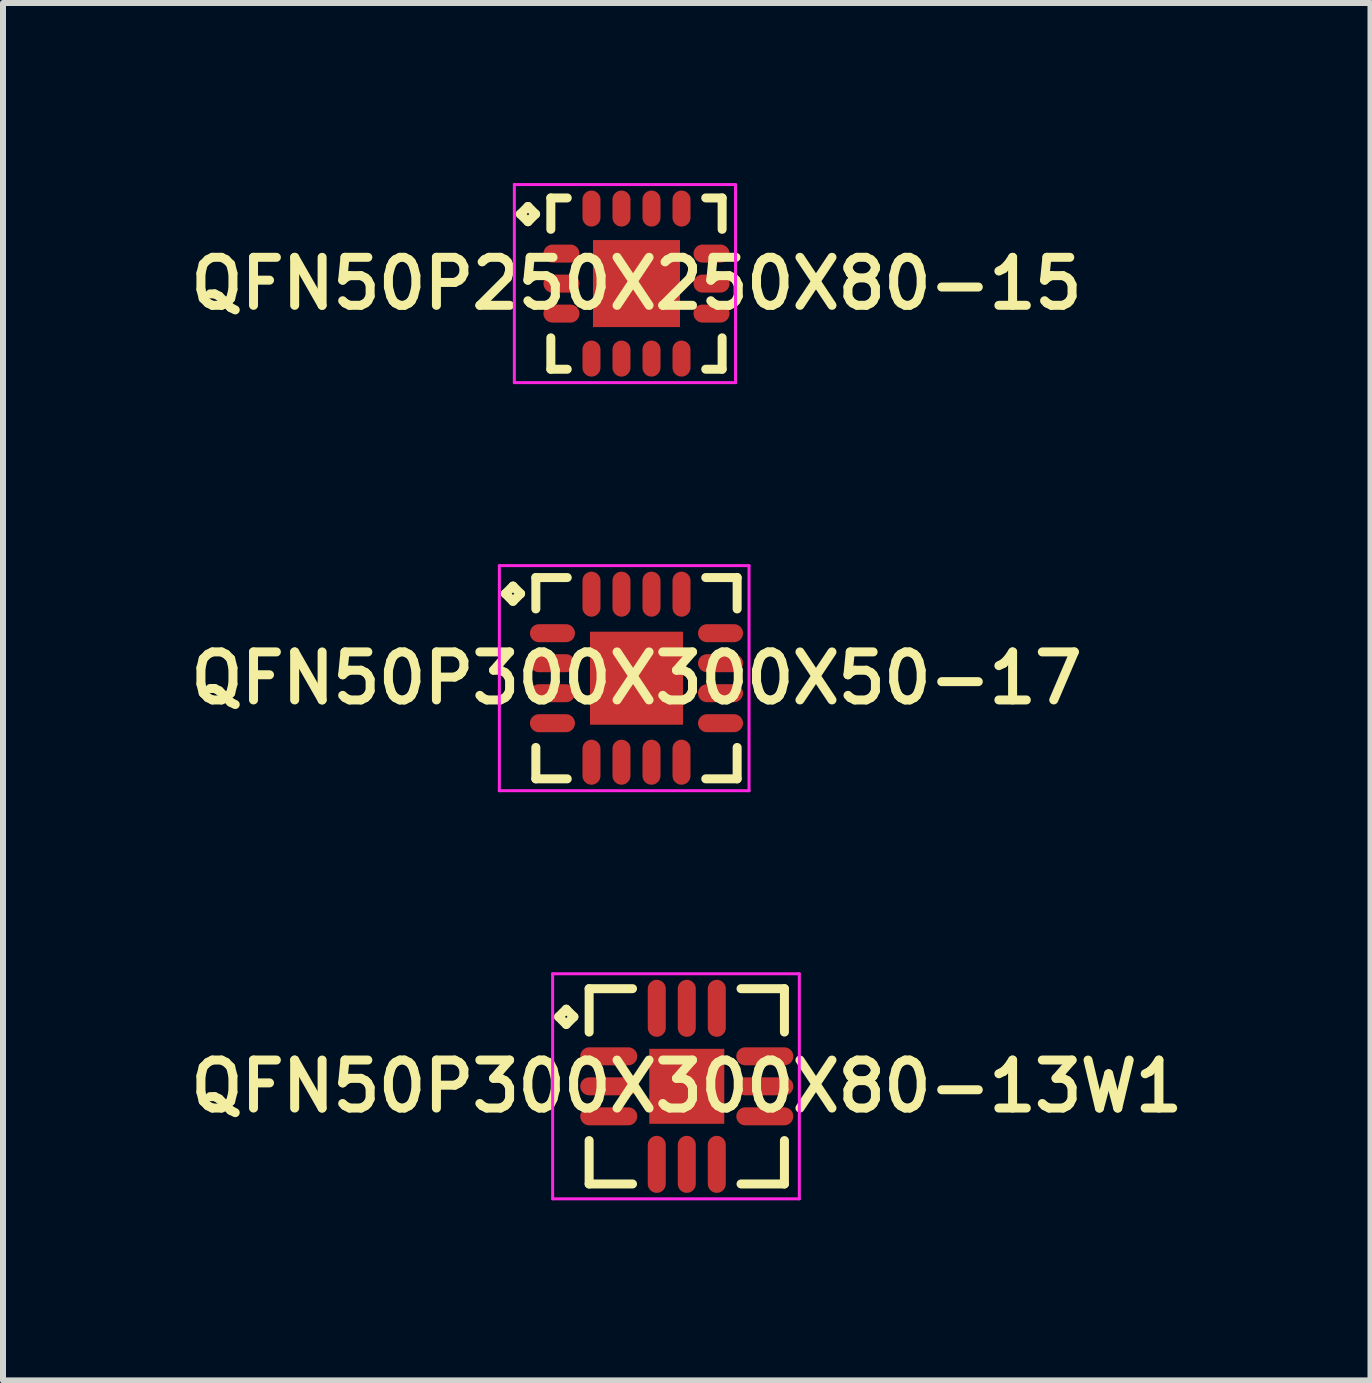
<source format=kicad_pcb>
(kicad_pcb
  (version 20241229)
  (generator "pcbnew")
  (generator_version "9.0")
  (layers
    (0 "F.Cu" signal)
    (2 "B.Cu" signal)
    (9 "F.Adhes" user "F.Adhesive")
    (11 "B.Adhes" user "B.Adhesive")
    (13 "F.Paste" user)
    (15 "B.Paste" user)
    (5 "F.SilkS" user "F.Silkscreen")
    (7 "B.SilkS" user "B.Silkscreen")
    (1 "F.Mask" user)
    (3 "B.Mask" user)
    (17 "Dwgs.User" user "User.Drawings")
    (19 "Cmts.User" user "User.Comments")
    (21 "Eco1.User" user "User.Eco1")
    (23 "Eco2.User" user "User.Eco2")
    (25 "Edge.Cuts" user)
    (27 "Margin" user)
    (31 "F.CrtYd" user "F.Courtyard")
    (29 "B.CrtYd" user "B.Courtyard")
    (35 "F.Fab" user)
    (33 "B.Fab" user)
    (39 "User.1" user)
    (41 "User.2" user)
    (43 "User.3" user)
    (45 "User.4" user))
  (footprint "QFN50P250X250X80-15"
    (layer "F.Cu")
    (at 7.555 1.675)
    (property "Reference" "QFN50P250X250X80-15" (at 0 0 0) (layer "F.SilkS") (effects (font (size 0.8 0.8) (thickness 0.15))))
    (attr smd)
    (fp_line (start -1.935 -1.158) (end -1.808 -1.285) (stroke (width 0.15) (type solid)) (layer "F.SilkS"))
    (fp_line (start -1.808 -1.285) (end -1.681 -1.158) (stroke (width 0.15) (type solid)) (layer "F.SilkS"))
    (fp_line (start -1.808 -1.031) (end -1.935 -1.158) (stroke (width 0.15) (type solid)) (layer "F.SilkS"))
    (fp_line (start -1.681 -1.158) (end -1.808 -1.031) (stroke (width 0.15) (type solid)) (layer "F.SilkS"))
    (fp_line (start -1.427 -1.427) (end -1.154 -1.427) (stroke (width 0.15) (type solid)) (layer "F.SilkS"))
    (fp_line (start -1.427 -0.904) (end -1.427 -1.427) (stroke (width 0.15) (type solid)) (layer "F.SilkS"))
    (fp_line (start -1.427 0.904) (end -1.427 1.427) (stroke (width 0.15) (type solid)) (layer "F.SilkS"))
    (fp_line (start -1.427 1.427) (end -1.154 1.427) (stroke (width 0.15) (type solid)) (layer "F.SilkS"))
    (fp_line (start 1.154 -1.427) (end 1.427 -1.427) (stroke (width 0.15) (type solid)) (layer "F.SilkS"))
    (fp_line (start 1.154 1.427) (end 1.427 1.427) (stroke (width 0.15) (type solid)) (layer "F.SilkS"))
    (fp_line (start 1.427 -1.427) (end 1.427 -0.904) (stroke (width 0.15) (type solid)) (layer "F.SilkS"))
    (fp_line (start 1.427 1.427) (end 1.427 0.904) (stroke (width 0.15) (type solid)) (layer "F.SilkS"))
    (fp_line (start -2.035 -1.65) (end 1.65 -1.65) (stroke (width 0.05) (type solid)) (layer "F.CrtYd"))
    (fp_line (start -2.035 1.65) (end -2.035 -1.65) (stroke (width 0.05) (type solid)) (layer "F.CrtYd"))
    (fp_line (start 1.65 -1.65) (end 1.65 1.65) (stroke (width 0.05) (type solid)) (layer "F.CrtYd"))
    (fp_line (start 1.65 1.65) (end -2.035 1.65) (stroke (width 0.05) (type solid)) (layer "F.CrtYd"))
    (pad "1" smd oval (at -1.25 -0.5) (size 0.6 0.3) (layers "F.Cu" "F.Mask" "F.Paste"))
    (pad "2" smd oval (at -1.25 0) (size 0.6 0.3) (layers "F.Cu" "F.Mask" "F.Paste"))
    (pad "3" smd oval (at -1.25 0.5) (size 0.6 0.3) (layers "F.Cu" "F.Mask" "F.Paste"))
    (pad "4" smd oval (at -0.75 1.25) (size 0.3 0.6) (layers "F.Cu" "F.Mask" "F.Paste"))
    (pad "5" smd oval (at -0.25 1.25) (size 0.3 0.6) (layers "F.Cu" "F.Mask" "F.Paste"))
    (pad "6" smd oval (at 0.25 1.25) (size 0.3 0.6) (layers "F.Cu" "F.Mask" "F.Paste"))
    (pad "7" smd oval (at 0.75 1.25) (size 0.3 0.6) (layers "F.Cu" "F.Mask" "F.Paste"))
    (pad "8" smd oval (at 1.25 0.5) (size 0.6 0.3) (layers "F.Cu" "F.Mask" "F.Paste"))
    (pad "9" smd oval (at 1.25 0) (size 0.6 0.3) (layers "F.Cu" "F.Mask" "F.Paste"))
    (pad "10" smd oval (at 1.25 -0.5) (size 0.6 0.3) (layers "F.Cu" "F.Mask" "F.Paste"))
    (pad "11" smd oval (at 0.75 -1.25) (size 0.3 0.6) (layers "F.Cu" "F.Mask" "F.Paste"))
    (pad "12" smd oval (at 0.25 -1.25) (size 0.3 0.6) (layers "F.Cu" "F.Mask" "F.Paste"))
    (pad "13" smd oval (at -0.25 -1.25) (size 0.3 0.6) (layers "F.Cu" "F.Mask" "F.Paste"))
    (pad "14" smd oval (at -0.75 -1.25) (size 0.3 0.6) (layers "F.Cu" "F.Mask" "F.Paste"))
    (pad "15" smd rect (at 0 0) (size 1.45 1.45) (layers "F.Cu" "F.Mask" "F.Paste")))
  (footprint "QFN50P300X300X80-13W1"
    (layer "F.Cu")
    (at 8.393 15.05)
    (property "Reference" "QFN50P300X300X80-13W1" (at 0 0 0) (layer "F.SilkS") (effects (font (size 0.8 0.8) (thickness 0.15))))
    (attr smd)
    (fp_line (start -2.135 -1.158) (end -2.008 -1.285) (stroke (width 0.15) (type solid)) (layer "F.SilkS"))
    (fp_line (start -2.008 -1.285) (end -1.881 -1.158) (stroke (width 0.15) (type solid)) (layer "F.SilkS"))
    (fp_line (start -2.008 -1.031) (end -2.135 -1.158) (stroke (width 0.15) (type solid)) (layer "F.SilkS"))
    (fp_line (start -1.881 -1.158) (end -2.008 -1.031) (stroke (width 0.15) (type solid)) (layer "F.SilkS"))
    (fp_line (start -1.627 -1.627) (end -0.904 -1.627) (stroke (width 0.15) (type solid)) (layer "F.SilkS"))
    (fp_line (start -1.627 -0.904) (end -1.627 -1.627) (stroke (width 0.15) (type solid)) (layer "F.SilkS"))
    (fp_line (start -1.627 0.904) (end -1.627 1.627) (stroke (width 0.15) (type solid)) (layer "F.SilkS"))
    (fp_line (start -1.627 1.627) (end -0.904 1.627) (stroke (width 0.15) (type solid)) (layer "F.SilkS"))
    (fp_line (start 0.904 -1.627) (end 1.627 -1.627) (stroke (width 0.15) (type solid)) (layer "F.SilkS"))
    (fp_line (start 0.904 1.627) (end 1.627 1.627) (stroke (width 0.15) (type solid)) (layer "F.SilkS"))
    (fp_line (start 1.627 -1.627) (end 1.627 -0.904) (stroke (width 0.15) (type solid)) (layer "F.SilkS"))
    (fp_line (start 1.627 1.627) (end 1.627 0.904) (stroke (width 0.15) (type solid)) (layer "F.SilkS"))
    (fp_line (start -2.235 -1.875) (end 1.875 -1.875) (stroke (width 0.05) (type solid)) (layer "F.CrtYd"))
    (fp_line (start -2.235 1.875) (end -2.235 -1.875) (stroke (width 0.05) (type solid)) (layer "F.CrtYd"))
    (fp_line (start 1.875 -1.875) (end 1.875 1.875) (stroke (width 0.05) (type solid)) (layer "F.CrtYd"))
    (fp_line (start 1.875 1.875) (end -2.235 1.875) (stroke (width 0.05) (type solid)) (layer "F.CrtYd"))
    (pad "1" smd oval (at -1.3 -0.5) (size 0.95 0.3) (layers "F.Cu" "F.Mask" "F.Paste"))
    (pad "2" smd oval (at -1.3 0) (size 0.95 0.3) (layers "F.Cu" "F.Mask" "F.Paste"))
    (pad "3" smd oval (at -1.3 0.5) (size 0.95 0.3) (layers "F.Cu" "F.Mask" "F.Paste"))
    (pad "4" smd oval (at -0.5 1.3) (size 0.3 0.95) (layers "F.Cu" "F.Mask" "F.Paste"))
    (pad "5" smd oval (at 0 1.3) (size 0.3 0.95) (layers "F.Cu" "F.Mask" "F.Paste"))
    (pad "6" smd oval (at 0.5 1.3) (size 0.3 0.95) (layers "F.Cu" "F.Mask" "F.Paste"))
    (pad "7" smd oval (at 1.3 0.5) (size 0.95 0.3) (layers "F.Cu" "F.Mask" "F.Paste"))
    (pad "8" smd oval (at 1.3 0) (size 0.95 0.3) (layers "F.Cu" "F.Mask" "F.Paste"))
    (pad "9" smd oval (at 1.3 -0.5) (size 0.95 0.3) (layers "F.Cu" "F.Mask" "F.Paste"))
    (pad "10" smd oval (at 0.5 -1.3) (size 0.3 0.95) (layers "F.Cu" "F.Mask" "F.Paste"))
    (pad "11" smd oval (at 0 -1.3) (size 0.3 0.95) (layers "F.Cu" "F.Mask" "F.Paste"))
    (pad "12" smd oval (at -0.5 -1.3) (size 0.3 0.95) (layers "F.Cu" "F.Mask" "F.Paste"))
    (pad "13" smd rect (at 0 0) (size 1.25 1.25) (layers "F.Cu" "F.Mask" "F.Paste")))
  (footprint "QFN50P300X300X50-17"
    (layer "F.Cu")
    (at 7.555 8.25)
    (property "Reference" "QFN50P300X300X50-17" (at 0 0 0) (layer "F.SilkS") (effects (font (size 0.8 0.8) (thickness 0.15))))
    (attr smd)
    (fp_line (start -2.185 -1.408) (end -2.058 -1.535) (stroke (width 0.15) (type solid)) (layer "F.SilkS"))
    (fp_line (start -2.058 -1.535) (end -1.931 -1.408) (stroke (width 0.15) (type solid)) (layer "F.SilkS"))
    (fp_line (start -2.058 -1.281) (end -2.185 -1.408) (stroke (width 0.15) (type solid)) (layer "F.SilkS"))
    (fp_line (start -1.931 -1.408) (end -2.058 -1.281) (stroke (width 0.15) (type solid)) (layer "F.SilkS"))
    (fp_line (start -1.677 -1.677) (end -1.154 -1.677) (stroke (width 0.15) (type solid)) (layer "F.SilkS"))
    (fp_line (start -1.677 -1.154) (end -1.677 -1.677) (stroke (width 0.15) (type solid)) (layer "F.SilkS"))
    (fp_line (start -1.677 1.154) (end -1.677 1.677) (stroke (width 0.15) (type solid)) (layer "F.SilkS"))
    (fp_line (start -1.677 1.677) (end -1.154 1.677) (stroke (width 0.15) (type solid)) (layer "F.SilkS"))
    (fp_line (start 1.154 -1.677) (end 1.677 -1.677) (stroke (width 0.15) (type solid)) (layer "F.SilkS"))
    (fp_line (start 1.154 1.677) (end 1.677 1.677) (stroke (width 0.15) (type solid)) (layer "F.SilkS"))
    (fp_line (start 1.677 -1.677) (end 1.677 -1.154) (stroke (width 0.15) (type solid)) (layer "F.SilkS"))
    (fp_line (start 1.677 1.677) (end 1.677 1.154) (stroke (width 0.15) (type solid)) (layer "F.SilkS"))
    (fp_line (start -2.285 -1.875) (end 1.875 -1.875) (stroke (width 0.05) (type solid)) (layer "F.CrtYd"))
    (fp_line (start -2.285 1.875) (end -2.285 -1.875) (stroke (width 0.05) (type solid)) (layer "F.CrtYd"))
    (fp_line (start 1.875 -1.875) (end 1.875 1.875) (stroke (width 0.05) (type solid)) (layer "F.CrtYd"))
    (fp_line (start 1.875 1.875) (end -2.285 1.875) (stroke (width 0.05) (type solid)) (layer "F.CrtYd"))
    (pad "1" smd oval (at -1.4 -0.75) (size 0.75 0.3) (layers "F.Cu" "F.Mask" "F.Paste"))
    (pad "2" smd oval (at -1.4 -0.25) (size 0.75 0.3) (layers "F.Cu" "F.Mask" "F.Paste"))
    (pad "3" smd oval (at -1.4 0.25) (size 0.75 0.3) (layers "F.Cu" "F.Mask" "F.Paste"))
    (pad "4" smd oval (at -1.4 0.75) (size 0.75 0.3) (layers "F.Cu" "F.Mask" "F.Paste"))
    (pad "5" smd oval (at -0.75 1.4) (size 0.3 0.75) (layers "F.Cu" "F.Mask" "F.Paste"))
    (pad "6" smd oval (at -0.25 1.4) (size 0.3 0.75) (layers "F.Cu" "F.Mask" "F.Paste"))
    (pad "7" smd oval (at 0.25 1.4) (size 0.3 0.75) (layers "F.Cu" "F.Mask" "F.Paste"))
    (pad "8" smd oval (at 0.75 1.4) (size 0.3 0.75) (layers "F.Cu" "F.Mask" "F.Paste"))
    (pad "9" smd oval (at 1.4 0.75) (size 0.75 0.3) (layers "F.Cu" "F.Mask" "F.Paste"))
    (pad "10" smd oval (at 1.4 0.25) (size 0.75 0.3) (layers "F.Cu" "F.Mask" "F.Paste"))
    (pad "11" smd oval (at 1.4 -0.25) (size 0.75 0.3) (layers "F.Cu" "F.Mask" "F.Paste"))
    (pad "12" smd oval (at 1.4 -0.75) (size 0.75 0.3) (layers "F.Cu" "F.Mask" "F.Paste"))
    (pad "13" smd oval (at 0.75 -1.4) (size 0.3 0.75) (layers "F.Cu" "F.Mask" "F.Paste"))
    (pad "14" smd oval (at 0.25 -1.4) (size 0.3 0.75) (layers "F.Cu" "F.Mask" "F.Paste"))
    (pad "15" smd oval (at -0.25 -1.4) (size 0.3 0.75) (layers "F.Cu" "F.Mask" "F.Paste"))
    (pad "16" smd oval (at -0.75 -1.4) (size 0.3 0.75) (layers "F.Cu" "F.Mask" "F.Paste"))
    (pad "17" smd rect (at 0 0) (size 1.55 1.55) (layers "F.Cu" "F.Mask" "F.Paste")))
  (gr_rect
    (start -3 -3)
    (end 19.785 19.95)
    (stroke (width 0.1) (type default))
    (fill no)
    (layer "Edge.Cuts")))
</source>
